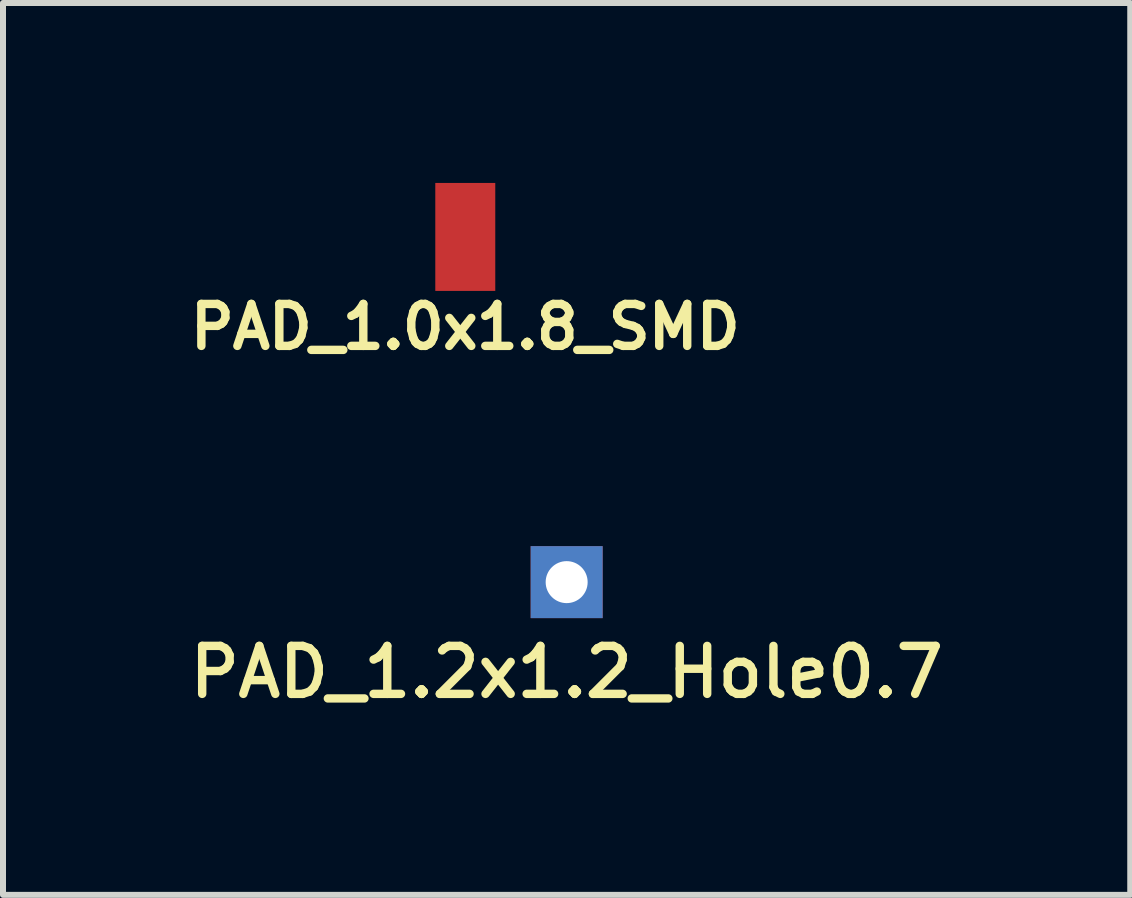
<source format=kicad_pcb>
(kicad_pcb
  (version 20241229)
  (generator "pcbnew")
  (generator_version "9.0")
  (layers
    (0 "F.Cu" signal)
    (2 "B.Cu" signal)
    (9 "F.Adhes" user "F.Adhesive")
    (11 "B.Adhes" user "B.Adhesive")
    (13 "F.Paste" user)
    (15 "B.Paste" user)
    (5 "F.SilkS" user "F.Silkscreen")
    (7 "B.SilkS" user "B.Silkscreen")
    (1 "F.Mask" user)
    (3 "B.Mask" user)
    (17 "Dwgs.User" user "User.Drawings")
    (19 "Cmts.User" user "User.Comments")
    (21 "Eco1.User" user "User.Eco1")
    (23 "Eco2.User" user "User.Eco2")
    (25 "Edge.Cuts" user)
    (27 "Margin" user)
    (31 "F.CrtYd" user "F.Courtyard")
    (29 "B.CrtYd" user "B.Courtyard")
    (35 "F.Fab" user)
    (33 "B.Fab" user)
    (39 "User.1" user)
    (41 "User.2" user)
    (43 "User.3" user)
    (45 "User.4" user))
  (footprint "PAD_1.0x1.8_SMD"
    (layer "F.Cu")
    (at 4.707 0.9)
    (property "Reference" "PAD_1.0x1.8_SMD" (at 0 1.5 0) (layer "F.SilkS") (effects (font (size 0.7 0.7) (thickness 0.14))))
    (attr through_hole)
    (pad "1" smd rect (at 0 0) (size 1 1.8) (layers "F.Cu" "F.Mask")))
  (footprint "PAD_1.2x1.2_Hole0.7"
    (layer "F.Cu")
    (at 6.397 6.655)
    (property "Reference" "PAD_1.2x1.2_Hole0.7" (at 0 1.5 0) (layer "F.SilkS") (effects (font (size 0.8 0.8) (thickness 0.14))))
    (attr through_hole)
    (pad "1" thru_hole rect (at 0 0) (size 1.2 1.2) (drill 0.7) (layers "*.Cu" "*.Mask")))
  (gr_rect
    (start -3 -3)
    (end 15.793 11.869)
    (stroke (width 0.1) (type default))
    (fill no)
    (layer "Edge.Cuts")))
</source>
